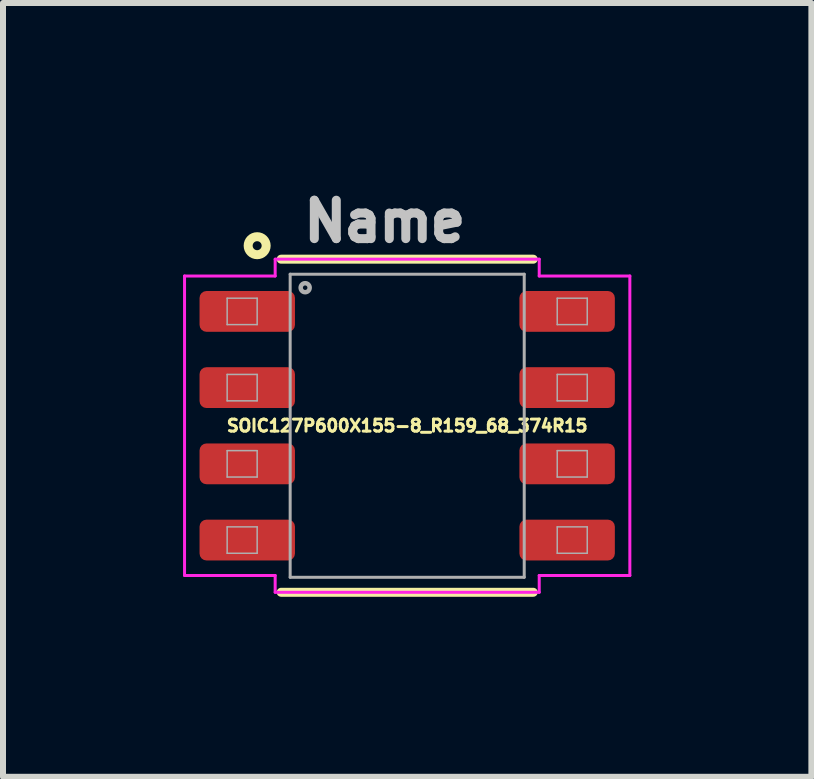
<source format=kicad_pcb>
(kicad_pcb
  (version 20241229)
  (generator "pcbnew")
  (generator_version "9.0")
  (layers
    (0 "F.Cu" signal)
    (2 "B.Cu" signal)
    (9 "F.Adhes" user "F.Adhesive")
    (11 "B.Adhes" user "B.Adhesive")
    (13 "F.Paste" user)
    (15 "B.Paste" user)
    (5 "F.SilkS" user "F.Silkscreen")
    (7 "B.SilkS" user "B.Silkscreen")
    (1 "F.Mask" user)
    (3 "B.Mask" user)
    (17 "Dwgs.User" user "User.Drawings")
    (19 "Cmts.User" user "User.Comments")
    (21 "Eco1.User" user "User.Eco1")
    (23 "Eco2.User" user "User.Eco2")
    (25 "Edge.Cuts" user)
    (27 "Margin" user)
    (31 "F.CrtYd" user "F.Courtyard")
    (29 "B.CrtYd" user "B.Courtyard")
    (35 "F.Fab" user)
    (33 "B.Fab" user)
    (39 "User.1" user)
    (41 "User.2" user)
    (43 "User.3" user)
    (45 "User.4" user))
  (footprint "SOIC127P600X155-8_R159_68_374R15"
    (layer "F.Cu")
    (at 3.735 4.044)
    (property "Reference" "SOIC127P600X155-8_R159_68_374R15" (at 0 0 0) (layer "F.SilkS") (effects (font (size 0.2 0.2) (thickness 0.15))))
    (attr smd)
    (fp_poly (pts (xy -2.665 -2.245) (xy -2.04 -2.245) (xy -2.013 -2.243) (xy -1.988 -2.237) (xy -1.963 -2.227) (xy -1.94 -2.212) (xy -1.92 -2.195) (xy -1.903 -2.175) (xy -1.889 -2.152) (xy -1.878 -2.127) (xy -1.872 -2.102) (xy -1.87 -1.735) (xy -1.872 -1.708) (xy -1.878 -1.683) (xy -1.889 -1.658) (xy -1.903 -1.635) (xy -1.92 -1.615) (xy -1.94 -1.597) (xy -1.963 -1.583) (xy -1.988 -1.573) (xy -2.013 -1.567) (xy -2.04 -1.565) (xy -3.29 -1.565) (xy -3.317 -1.567) (xy -3.342 -1.573) (xy -3.367 -1.583) (xy -3.39 -1.597) (xy -3.41 -1.615) (xy -3.428 -1.635) (xy -3.442 -1.658) (xy -3.452 -1.683) (xy -3.458 -1.708) (xy -3.46 -2.075) (xy -3.458 -2.102) (xy -3.452 -2.127) (xy -3.442 -2.152) (xy -3.428 -2.175) (xy -3.41 -2.195) (xy -3.39 -2.212) (xy -3.367 -2.227) (xy -3.342 -2.237) (xy -3.317 -2.243) (xy -3.29 -2.245)) (stroke (width 0.01) (type solid)) (fill yes) (layer "F.Mask"))
    (fp_poly (pts (xy -2.665 -0.975) (xy -2.04 -0.975) (xy -2.013 -0.973) (xy -1.988 -0.967) (xy -1.963 -0.957) (xy -1.94 -0.943) (xy -1.92 -0.925) (xy -1.903 -0.905) (xy -1.889 -0.882) (xy -1.878 -0.858) (xy -1.872 -0.832) (xy -1.87 -0.465) (xy -1.872 -0.438) (xy -1.878 -0.412) (xy -1.889 -0.388) (xy -1.903 -0.365) (xy -1.92 -0.345) (xy -1.94 -0.328) (xy -1.963 -0.314) (xy -1.988 -0.303) (xy -2.013 -0.297) (xy -2.04 -0.295) (xy -3.29 -0.295) (xy -3.317 -0.297) (xy -3.342 -0.303) (xy -3.367 -0.314) (xy -3.39 -0.328) (xy -3.41 -0.345) (xy -3.428 -0.365) (xy -3.442 -0.388) (xy -3.452 -0.412) (xy -3.458 -0.438) (xy -3.46 -0.805) (xy -3.458 -0.832) (xy -3.452 -0.858) (xy -3.442 -0.882) (xy -3.428 -0.905) (xy -3.41 -0.925) (xy -3.39 -0.943) (xy -3.367 -0.957) (xy -3.342 -0.967) (xy -3.317 -0.973) (xy -3.29 -0.975)) (stroke (width 0.01) (type solid)) (fill yes) (layer "F.Mask"))
    (fp_poly (pts (xy -2.665 0.295) (xy -2.04 0.295) (xy -2.013 0.297) (xy -1.988 0.303) (xy -1.963 0.314) (xy -1.94 0.328) (xy -1.92 0.345) (xy -1.903 0.365) (xy -1.889 0.388) (xy -1.878 0.412) (xy -1.872 0.438) (xy -1.87 0.805) (xy -1.872 0.832) (xy -1.878 0.858) (xy -1.889 0.882) (xy -1.903 0.905) (xy -1.92 0.925) (xy -1.94 0.943) (xy -1.963 0.957) (xy -1.988 0.967) (xy -2.013 0.973) (xy -2.04 0.975) (xy -3.29 0.975) (xy -3.317 0.973) (xy -3.342 0.967) (xy -3.367 0.957) (xy -3.39 0.943) (xy -3.41 0.925) (xy -3.428 0.905) (xy -3.442 0.882) (xy -3.452 0.858) (xy -3.458 0.832) (xy -3.46 0.465) (xy -3.458 0.438) (xy -3.452 0.412) (xy -3.442 0.388) (xy -3.428 0.365) (xy -3.41 0.345) (xy -3.39 0.328) (xy -3.367 0.314) (xy -3.342 0.303) (xy -3.317 0.297) (xy -3.29 0.295)) (stroke (width 0.01) (type solid)) (fill yes) (layer "F.Mask"))
    (fp_poly (pts (xy -2.665 1.565) (xy -2.04 1.565) (xy -2.013 1.567) (xy -1.988 1.573) (xy -1.963 1.583) (xy -1.94 1.597) (xy -1.92 1.615) (xy -1.903 1.635) (xy -1.889 1.658) (xy -1.878 1.683) (xy -1.872 1.708) (xy -1.87 2.075) (xy -1.872 2.102) (xy -1.878 2.127) (xy -1.889 2.152) (xy -1.903 2.175) (xy -1.92 2.195) (xy -1.94 2.212) (xy -1.963 2.227) (xy -1.988 2.237) (xy -2.013 2.243) (xy -2.04 2.245) (xy -3.29 2.245) (xy -3.317 2.243) (xy -3.342 2.237) (xy -3.367 2.227) (xy -3.39 2.212) (xy -3.41 2.195) (xy -3.428 2.175) (xy -3.442 2.152) (xy -3.452 2.127) (xy -3.458 2.102) (xy -3.46 1.735) (xy -3.458 1.708) (xy -3.452 1.683) (xy -3.442 1.658) (xy -3.428 1.635) (xy -3.41 1.615) (xy -3.39 1.597) (xy -3.367 1.583) (xy -3.342 1.573) (xy -3.317 1.567) (xy -3.29 1.565)) (stroke (width 0.01) (type solid)) (fill yes) (layer "F.Mask"))
    (fp_poly (pts (xy 2.665 -1.565) (xy 2.04 -1.565) (xy 2.013 -1.567) (xy 1.988 -1.573) (xy 1.963 -1.583) (xy 1.94 -1.597) (xy 1.92 -1.615) (xy 1.903 -1.635) (xy 1.889 -1.658) (xy 1.878 -1.683) (xy 1.872 -1.708) (xy 1.87 -2.075) (xy 1.872 -2.102) (xy 1.878 -2.127) (xy 1.889 -2.152) (xy 1.903 -2.175) (xy 1.92 -2.195) (xy 1.94 -2.212) (xy 1.963 -2.227) (xy 1.988 -2.237) (xy 2.013 -2.243) (xy 2.04 -2.245) (xy 3.29 -2.245) (xy 3.317 -2.243) (xy 3.342 -2.237) (xy 3.367 -2.227) (xy 3.39 -2.212) (xy 3.41 -2.195) (xy 3.428 -2.175) (xy 3.442 -2.152) (xy 3.452 -2.127) (xy 3.458 -2.102) (xy 3.46 -1.735) (xy 3.458 -1.708) (xy 3.452 -1.683) (xy 3.442 -1.658) (xy 3.428 -1.635) (xy 3.41 -1.615) (xy 3.39 -1.597) (xy 3.367 -1.583) (xy 3.342 -1.573) (xy 3.317 -1.567) (xy 3.29 -1.565)) (stroke (width 0.01) (type solid)) (fill yes) (layer "F.Mask"))
    (fp_poly (pts (xy 2.665 -0.295) (xy 2.04 -0.295) (xy 2.013 -0.297) (xy 1.988 -0.303) (xy 1.963 -0.314) (xy 1.94 -0.328) (xy 1.92 -0.345) (xy 1.903 -0.365) (xy 1.889 -0.388) (xy 1.878 -0.412) (xy 1.872 -0.438) (xy 1.87 -0.805) (xy 1.872 -0.832) (xy 1.878 -0.858) (xy 1.889 -0.882) (xy 1.903 -0.905) (xy 1.92 -0.925) (xy 1.94 -0.943) (xy 1.963 -0.957) (xy 1.988 -0.967) (xy 2.013 -0.973) (xy 2.04 -0.975) (xy 3.29 -0.975) (xy 3.317 -0.973) (xy 3.342 -0.967) (xy 3.367 -0.957) (xy 3.39 -0.943) (xy 3.41 -0.925) (xy 3.428 -0.905) (xy 3.442 -0.882) (xy 3.452 -0.858) (xy 3.458 -0.832) (xy 3.46 -0.465) (xy 3.458 -0.438) (xy 3.452 -0.412) (xy 3.442 -0.388) (xy 3.428 -0.365) (xy 3.41 -0.345) (xy 3.39 -0.328) (xy 3.367 -0.314) (xy 3.342 -0.303) (xy 3.317 -0.297) (xy 3.29 -0.295)) (stroke (width 0.01) (type solid)) (fill yes) (layer "F.Mask"))
    (fp_poly (pts (xy 2.665 0.975) (xy 2.04 0.975) (xy 2.013 0.973) (xy 1.988 0.967) (xy 1.963 0.957) (xy 1.94 0.943) (xy 1.92 0.925) (xy 1.903 0.905) (xy 1.889 0.882) (xy 1.878 0.858) (xy 1.872 0.832) (xy 1.87 0.465) (xy 1.872 0.438) (xy 1.878 0.412) (xy 1.889 0.388) (xy 1.903 0.365) (xy 1.92 0.345) (xy 1.94 0.328) (xy 1.963 0.314) (xy 1.988 0.303) (xy 2.013 0.297) (xy 2.04 0.295) (xy 3.29 0.295) (xy 3.317 0.297) (xy 3.342 0.303) (xy 3.367 0.314) (xy 3.39 0.328) (xy 3.41 0.345) (xy 3.428 0.365) (xy 3.442 0.388) (xy 3.452 0.412) (xy 3.458 0.438) (xy 3.46 0.805) (xy 3.458 0.832) (xy 3.452 0.858) (xy 3.442 0.882) (xy 3.428 0.905) (xy 3.41 0.925) (xy 3.39 0.943) (xy 3.367 0.957) (xy 3.342 0.967) (xy 3.317 0.973) (xy 3.29 0.975)) (stroke (width 0.01) (type solid)) (fill yes) (layer "F.Mask"))
    (fp_poly (pts (xy 2.665 2.245) (xy 2.04 2.245) (xy 2.013 2.243) (xy 1.988 2.237) (xy 1.963 2.227) (xy 1.94 2.212) (xy 1.92 2.195) (xy 1.903 2.175) (xy 1.889 2.152) (xy 1.878 2.127) (xy 1.872 2.102) (xy 1.87 1.735) (xy 1.872 1.708) (xy 1.878 1.683) (xy 1.889 1.658) (xy 1.903 1.635) (xy 1.92 1.615) (xy 1.94 1.597) (xy 1.963 1.583) (xy 1.988 1.573) (xy 2.013 1.567) (xy 2.04 1.565) (xy 3.29 1.565) (xy 3.317 1.567) (xy 3.342 1.573) (xy 3.367 1.583) (xy 3.39 1.597) (xy 3.41 1.615) (xy 3.428 1.635) (xy 3.442 1.658) (xy 3.452 1.683) (xy 3.458 1.708) (xy 3.46 2.075) (xy 3.458 2.102) (xy 3.452 2.127) (xy 3.442 2.152) (xy 3.428 2.175) (xy 3.41 2.195) (xy 3.39 2.212) (xy 3.367 2.227) (xy 3.342 2.237) (xy 3.317 2.243) (xy 3.29 2.245)) (stroke (width 0.01) (type solid)) (fill yes) (layer "F.Mask"))
    (fp_line (start -2.1 -2.775) (end 2.1 -2.775) (stroke (width 0.15) (type solid)) (layer "F.SilkS"))
    (fp_line (start -2.1 2.775) (end 2.1 2.775) (stroke (width 0.15) (type solid)) (layer "F.SilkS"))
    (fp_circle (center -2.5 -3) (end -2.35 -3) (stroke (width 0.15) (type solid)) (fill no) (layer "F.SilkS"))
    (fp_line (start -3.71 -2.495) (end -3.71 2.495) (stroke (width 0.05) (type solid)) (layer "F.CrtYd"))
    (fp_line (start -3.71 2.495) (end -2.2 2.495) (stroke (width 0.05) (type solid)) (layer "F.CrtYd"))
    (fp_line (start -2.2 -2.775) (end -2.2 -2.495) (stroke (width 0.05) (type solid)) (layer "F.CrtYd"))
    (fp_line (start -2.2 -2.495) (end -3.71 -2.495) (stroke (width 0.05) (type solid)) (layer "F.CrtYd"))
    (fp_line (start -2.2 2.495) (end -2.2 2.775) (stroke (width 0.05) (type solid)) (layer "F.CrtYd"))
    (fp_line (start -2.2 2.775) (end 2.2 2.775) (stroke (width 0.05) (type solid)) (layer "F.CrtYd"))
    (fp_line (start 2.2 -2.775) (end -2.2 -2.775) (stroke (width 0.05) (type solid)) (layer "F.CrtYd"))
    (fp_line (start 2.2 -2.495) (end 2.2 -2.775) (stroke (width 0.05) (type solid)) (layer "F.CrtYd"))
    (fp_line (start 2.2 2.495) (end 3.71 2.495) (stroke (width 0.05) (type solid)) (layer "F.CrtYd"))
    (fp_line (start 2.2 2.775) (end 2.2 2.495) (stroke (width 0.05) (type solid)) (layer "F.CrtYd"))
    (fp_line (start 3.71 -2.495) (end 2.2 -2.495) (stroke (width 0.05) (type solid)) (layer "F.CrtYd"))
    (fp_line (start 3.71 2.495) (end 3.71 -2.495) (stroke (width 0.05) (type solid)) (layer "F.CrtYd"))
    (fp_line (start -3 -2.125) (end -2.5 -2.125) (stroke (width 0.025) (type solid)) (layer "F.Fab"))
    (fp_line (start -3 -1.685) (end -3 -2.125) (stroke (width 0.025) (type solid)) (layer "F.Fab"))
    (fp_line (start -3 -0.855) (end -2.5 -0.855) (stroke (width 0.025) (type solid)) (layer "F.Fab"))
    (fp_line (start -3 -0.415) (end -3 -0.855) (stroke (width 0.025) (type solid)) (layer "F.Fab"))
    (fp_line (start -3 0.415) (end -2.5 0.415) (stroke (width 0.025) (type solid)) (layer "F.Fab"))
    (fp_line (start -3 0.855) (end -3 0.415) (stroke (width 0.025) (type solid)) (layer "F.Fab"))
    (fp_line (start -3 1.685) (end -2.5 1.685) (stroke (width 0.025) (type solid)) (layer "F.Fab"))
    (fp_line (start -3 2.125) (end -3 1.685) (stroke (width 0.025) (type solid)) (layer "F.Fab"))
    (fp_line (start -2.5 -2.125) (end -2.5 -1.685) (stroke (width 0.025) (type solid)) (layer "F.Fab"))
    (fp_line (start -2.5 -1.685) (end -3 -1.685) (stroke (width 0.025) (type solid)) (layer "F.Fab"))
    (fp_line (start -2.5 -0.855) (end -2.5 -0.415) (stroke (width 0.025) (type solid)) (layer "F.Fab"))
    (fp_line (start -2.5 -0.415) (end -3 -0.415) (stroke (width 0.025) (type solid)) (layer "F.Fab"))
    (fp_line (start -2.5 0.415) (end -2.5 0.855) (stroke (width 0.025) (type solid)) (layer "F.Fab"))
    (fp_line (start -2.5 0.855) (end -3 0.855) (stroke (width 0.025) (type solid)) (layer "F.Fab"))
    (fp_line (start -2.5 1.685) (end -2.5 2.125) (stroke (width 0.025) (type solid)) (layer "F.Fab"))
    (fp_line (start -2.5 2.125) (end -3 2.125) (stroke (width 0.025) (type solid)) (layer "F.Fab"))
    (fp_line (start -1.95 -2.525) (end 1.95 -2.525) (stroke (width 0.05) (type solid)) (layer "F.Fab"))
    (fp_line (start -1.95 2.525) (end -1.95 -2.525) (stroke (width 0.05) (type solid)) (layer "F.Fab"))
    (fp_line (start 1.95 -2.525) (end 1.95 2.525) (stroke (width 0.05) (type solid)) (layer "F.Fab"))
    (fp_line (start 1.95 2.525) (end -1.95 2.525) (stroke (width 0.05) (type solid)) (layer "F.Fab"))
    (fp_line (start 2.5 -2.125) (end 3 -2.125) (stroke (width 0.025) (type solid)) (layer "F.Fab"))
    (fp_line (start 2.5 -1.685) (end 2.5 -2.125) (stroke (width 0.025) (type solid)) (layer "F.Fab"))
    (fp_line (start 2.5 -0.855) (end 3 -0.855) (stroke (width 0.025) (type solid)) (layer "F.Fab"))
    (fp_line (start 2.5 -0.415) (end 2.5 -0.855) (stroke (width 0.025) (type solid)) (layer "F.Fab"))
    (fp_line (start 2.5 0.415) (end 3 0.415) (stroke (width 0.025) (type solid)) (layer "F.Fab"))
    (fp_line (start 2.5 0.855) (end 2.5 0.415) (stroke (width 0.025) (type solid)) (layer "F.Fab"))
    (fp_line (start 2.5 1.685) (end 3 1.685) (stroke (width 0.025) (type solid)) (layer "F.Fab"))
    (fp_line (start 2.5 2.125) (end 2.5 1.685) (stroke (width 0.025) (type solid)) (layer "F.Fab"))
    (fp_line (start 3 -2.125) (end 3 -1.685) (stroke (width 0.025) (type solid)) (layer "F.Fab"))
    (fp_line (start 3 -1.685) (end 2.5 -1.685) (stroke (width 0.025) (type solid)) (layer "F.Fab"))
    (fp_line (start 3 -0.855) (end 3 -0.415) (stroke (width 0.025) (type solid)) (layer "F.Fab"))
    (fp_line (start 3 -0.415) (end 2.5 -0.415) (stroke (width 0.025) (type solid)) (layer "F.Fab"))
    (fp_line (start 3 0.415) (end 3 0.855) (stroke (width 0.025) (type solid)) (layer "F.Fab"))
    (fp_line (start 3 0.855) (end 2.5 0.855) (stroke (width 0.025) (type solid)) (layer "F.Fab"))
    (fp_line (start 3 1.685) (end 3 2.125) (stroke (width 0.025) (type solid)) (layer "F.Fab"))
    (fp_line (start 3 2.125) (end 2.5 2.125) (stroke (width 0.025) (type solid)) (layer "F.Fab"))
    (fp_circle (center -1.7 -2.3) (end -1.625 -2.3) (stroke (width 0.075) (type solid)) (fill no) (layer "F.Fab"))
    (fp_text user "Name" (at -0.374 -3.406 0) (layer "Dwgs.User") (effects (font (size 0.64 0.64) (thickness 0.15))))
    (pad "1" smd roundrect (at -2.665 -1.905 180) (size 1.59 0.68) (layers "F.Cu" "F.Paste") (roundrect_rratio 0.17))
    (pad "2" smd roundrect (at -2.665 -0.635 180) (size 1.59 0.68) (layers "F.Cu" "F.Paste") (roundrect_rratio 0.17))
    (pad "3" smd roundrect (at -2.665 0.635 180) (size 1.59 0.68) (layers "F.Cu" "F.Paste") (roundrect_rratio 0.17))
    (pad "4" smd roundrect (at -2.665 1.905 180) (size 1.59 0.68) (layers "F.Cu" "F.Paste") (roundrect_rratio 0.17))
    (pad "5" smd roundrect (at 2.665 1.905) (size 1.59 0.68) (layers "F.Cu" "F.Paste") (roundrect_rratio 0.17))
    (pad "6" smd roundrect (at 2.665 0.635) (size 1.59 0.68) (layers "F.Cu" "F.Paste") (roundrect_rratio 0.17))
    (pad "7" smd roundrect (at 2.665 -0.635) (size 1.59 0.68) (layers "F.Cu" "F.Paste") (roundrect_rratio 0.17))
    (pad "8" smd roundrect (at 2.665 -1.905) (size 1.59 0.68) (layers "F.Cu" "F.Paste") (roundrect_rratio 0.17)))
  (gr_rect
    (start -3 -3)
    (end 10.47 9.894)
    (stroke (width 0.1) (type default))
    (fill no)
    (layer "Edge.Cuts")))
</source>
